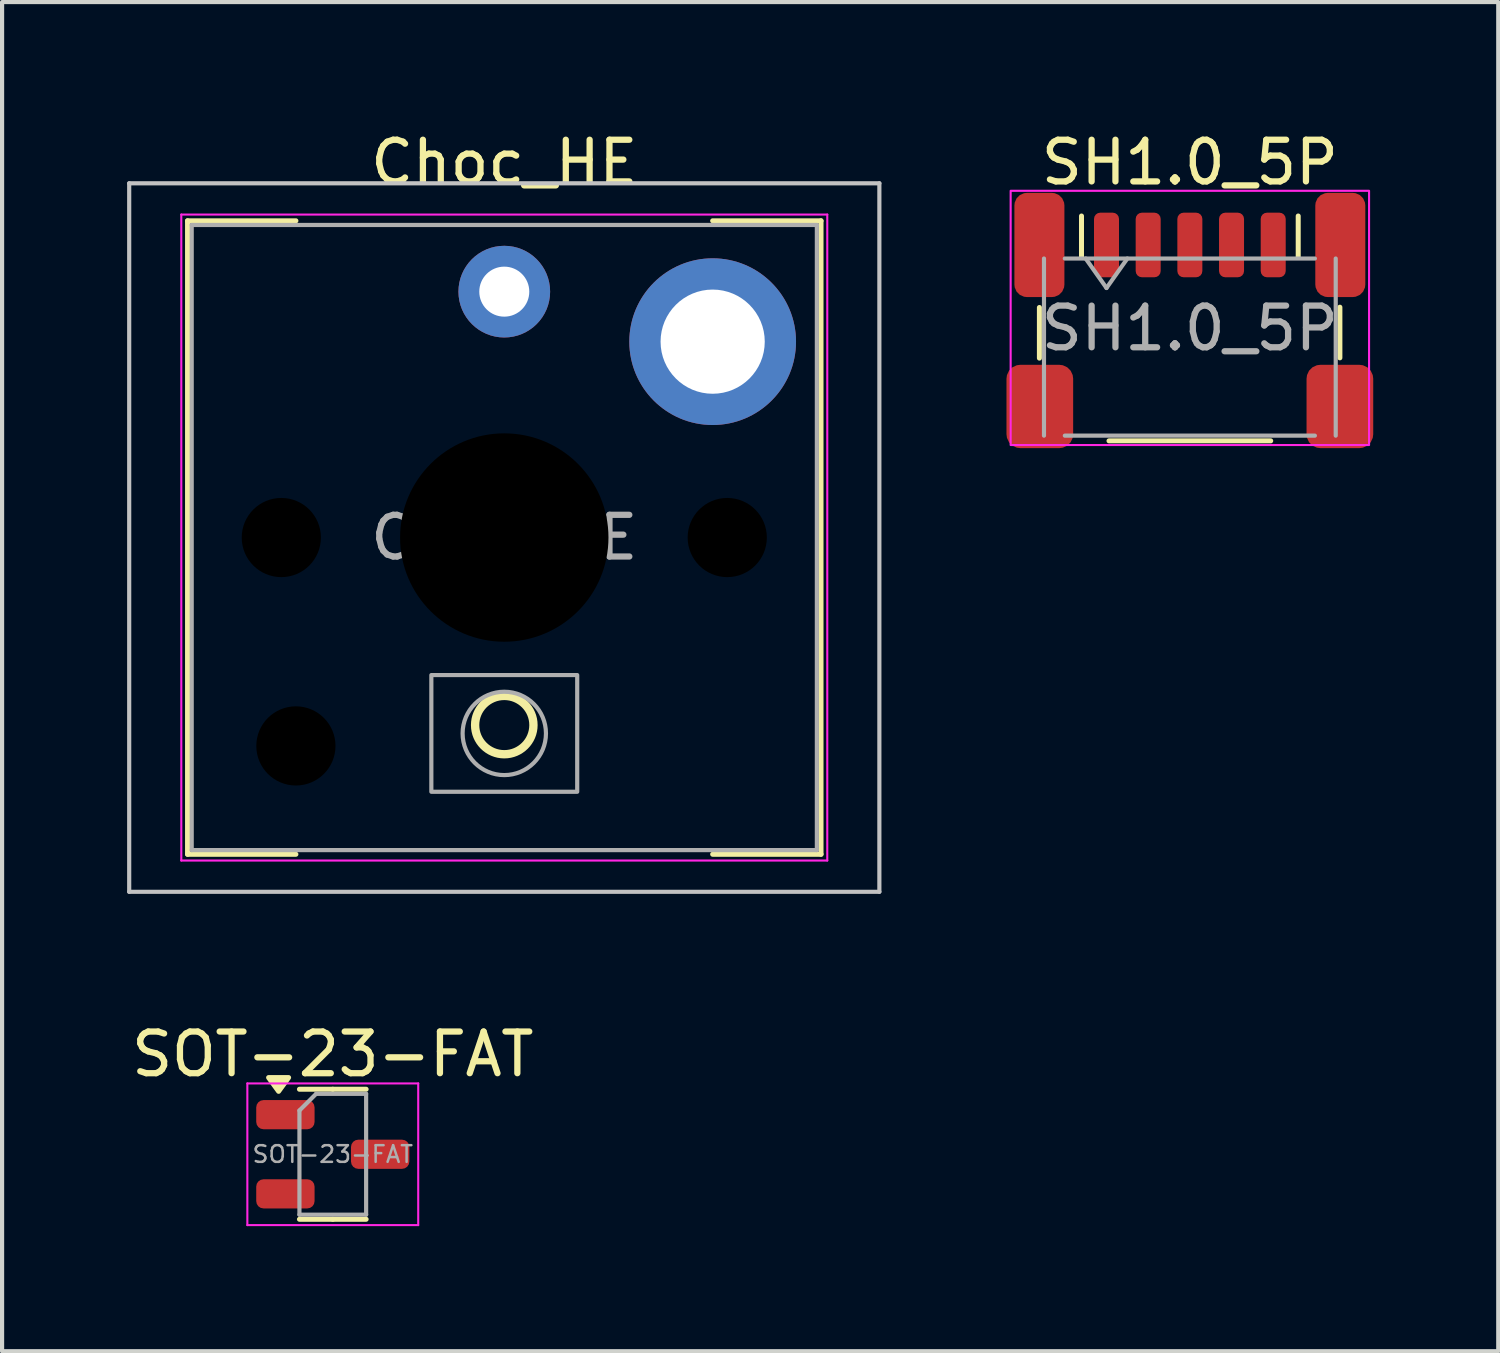
<source format=kicad_pcb>
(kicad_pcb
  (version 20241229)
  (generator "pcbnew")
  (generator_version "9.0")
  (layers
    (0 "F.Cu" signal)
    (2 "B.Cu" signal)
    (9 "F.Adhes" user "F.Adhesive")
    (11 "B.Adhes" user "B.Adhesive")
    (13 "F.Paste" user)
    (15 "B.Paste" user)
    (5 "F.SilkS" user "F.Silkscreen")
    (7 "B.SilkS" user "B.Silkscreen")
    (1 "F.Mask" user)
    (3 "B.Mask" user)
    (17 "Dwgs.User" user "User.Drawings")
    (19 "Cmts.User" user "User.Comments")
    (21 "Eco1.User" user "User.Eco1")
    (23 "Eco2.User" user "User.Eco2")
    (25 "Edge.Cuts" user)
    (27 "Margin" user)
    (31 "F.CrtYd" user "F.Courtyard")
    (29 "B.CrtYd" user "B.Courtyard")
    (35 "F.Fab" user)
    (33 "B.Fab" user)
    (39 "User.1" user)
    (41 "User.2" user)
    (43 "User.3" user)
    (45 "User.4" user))
  (footprint "SOT-23-FAT"
    (layer "F.Cu")
    (at 4.935 24.646)
    (property "Reference" "SOT-23-FAT" (at 0 -2.4 0) (layer "F.SilkS") (effects (font (size 1 1) (thickness 0.15))))
    (attr smd)
    (fp_line (start 0 -1.56) (end -0.8 -1.56) (stroke (width 0.12) (type solid)) (layer "F.SilkS"))
    (fp_line (start 0 -1.56) (end 0.8 -1.56) (stroke (width 0.12) (type solid)) (layer "F.SilkS"))
    (fp_line (start 0 1.56) (end -0.8 1.56) (stroke (width 0.12) (type solid)) (layer "F.SilkS"))
    (fp_line (start 0 1.56) (end 0.8 1.56) (stroke (width 0.12) (type solid)) (layer "F.SilkS"))
    (fp_poly (pts (xy -1.3 -1.51) (xy -1.54 -1.84) (xy -1.06 -1.84) (xy -1.3 -1.51)) (stroke (width 0.12) (type solid)) (fill yes) (layer "F.SilkS"))
    (fp_line (start -2.05 -1.7) (end -2.05 1.7) (stroke (width 0.05) (type solid)) (layer "F.CrtYd"))
    (fp_line (start -2.05 1.7) (end 2.05 1.7) (stroke (width 0.05) (type solid)) (layer "F.CrtYd"))
    (fp_line (start 2.05 -1.7) (end -2.05 -1.7) (stroke (width 0.05) (type solid)) (layer "F.CrtYd"))
    (fp_line (start 2.05 1.7) (end 2.05 -1.7) (stroke (width 0.05) (type solid)) (layer "F.CrtYd"))
    (fp_line (start -0.8 -1.05) (end -0.4 -1.45) (stroke (width 0.1) (type solid)) (layer "F.Fab"))
    (fp_line (start -0.8 1.45) (end -0.8 -1.05) (stroke (width 0.1) (type solid)) (layer "F.Fab"))
    (fp_line (start -0.4 -1.45) (end 0.8 -1.45) (stroke (width 0.1) (type solid)) (layer "F.Fab"))
    (fp_line (start 0.8 -1.45) (end 0.8 1.45) (stroke (width 0.1) (type solid)) (layer "F.Fab"))
    (fp_line (start 0.8 1.45) (end -0.8 1.45) (stroke (width 0.1) (type solid)) (layer "F.Fab"))
    (fp_text user "${REFERENCE}" (at 0 0 0) (layer "F.Fab") (effects (font (size 0.4 0.4) (thickness 0.06))))
    (pad "1" smd roundrect (at -1.137 -0.95) (size 1.4 0.7) (layers "F.Cu" "F.Mask" "F.Paste") (roundrect_rratio 0.25))
    (pad "2" smd roundrect (at -1.137 0.95) (size 1.4 0.7) (layers "F.Cu" "F.Mask" "F.Paste") (roundrect_rratio 0.25))
    (pad "3" smd roundrect (at 1.137 0) (size 1.4 0.7) (layers "F.Cu" "F.Mask" "F.Paste") (roundrect_rratio 0.25)))
  (footprint "Choc_HE"
    (layer "F.Cu")
    (at 9.05 9.848)
    (property "Reference" "Choc_HE" (at 0 -9 0) (layer "F.SilkS") (effects (font (size 1 1) (thickness 0.15))))
    (attr through_hole)
    (fp_line (start -7.6 -7.6) (end -7.6 7.6) (stroke (width 0.12) (type solid)) (layer "F.SilkS"))
    (fp_line (start -7.6 7.6) (end -5 7.6) (stroke (width 0.12) (type solid)) (layer "F.SilkS"))
    (fp_line (start -5 -7.6) (end -7.6 -7.6) (stroke (width 0.12) (type solid)) (layer "F.SilkS"))
    (fp_line (start 7.6 -7.6) (end 5 -7.6) (stroke (width 0.12) (type solid)) (layer "F.SilkS"))
    (fp_line (start 7.6 7.6) (end 5 7.6) (stroke (width 0.12) (type solid)) (layer "F.SilkS"))
    (fp_line (start 7.6 7.6) (end 7.6 -7.6) (stroke (width 0.12) (type solid)) (layer "F.SilkS"))
    (fp_circle (center 0 4.5) (end 0.7 4.5) (stroke (width 0.2) (type default)) (fill no) (layer "F.SilkS"))
    (fp_line (start -9 -8.5) (end -9 8.5) (stroke (width 0.1) (type solid)) (layer "Dwgs.User"))
    (fp_line (start -9 8.5) (end 9 8.5) (stroke (width 0.1) (type solid)) (layer "Dwgs.User"))
    (fp_line (start 9 -8.5) (end -9 -8.5) (stroke (width 0.1) (type solid)) (layer "Dwgs.User"))
    (fp_line (start 9 8.5) (end 9 -8.5) (stroke (width 0.1) (type solid)) (layer "Dwgs.User"))
    (fp_line (start -7.25 -7.25) (end -7.25 7.25) (stroke (width 0.1) (type solid)) (layer "Eco1.User"))
    (fp_line (start -7.25 7.25) (end 7.25 7.25) (stroke (width 0.1) (type solid)) (layer "Eco1.User"))
    (fp_line (start 7.25 -7.25) (end -7.25 -7.25) (stroke (width 0.1) (type solid)) (layer "Eco1.User"))
    (fp_line (start 7.25 7.25) (end 7.25 -7.25) (stroke (width 0.1) (type solid)) (layer "Eco1.User"))
    (fp_line (start -7.75 -7.75) (end -7.75 7.75) (stroke (width 0.05) (type solid)) (layer "F.CrtYd"))
    (fp_line (start -7.75 7.75) (end 7.75 7.75) (stroke (width 0.05) (type solid)) (layer "F.CrtYd"))
    (fp_line (start 7.75 -7.75) (end -7.75 -7.75) (stroke (width 0.05) (type solid)) (layer "F.CrtYd"))
    (fp_line (start 7.75 7.75) (end 7.75 -7.75) (stroke (width 0.05) (type solid)) (layer "F.CrtYd"))
    (fp_line (start -7.5 -7.5) (end -7.5 7.5) (stroke (width 0.1) (type solid)) (layer "F.Fab"))
    (fp_line (start -7.5 7.5) (end 7.5 7.5) (stroke (width 0.1) (type solid)) (layer "F.Fab"))
    (fp_line (start 7.5 -7.5) (end -7.5 -7.5) (stroke (width 0.1) (type solid)) (layer "F.Fab"))
    (fp_line (start 7.5 7.5) (end 7.5 -7.5) (stroke (width 0.1) (type solid)) (layer "F.Fab"))
    (fp_rect (start -1.75 3.3) (end 1.75 6.1) (stroke (width 0.1) (type solid)) (fill no) (layer "F.Fab"))
    (fp_circle (center 0 4.7) (end 1 4.7) (stroke (width 0.1) (type solid)) (fill no) (layer "F.Fab"))
    (fp_text user "${REFERENCE}" (at 0 0 0) (layer "F.Fab") (effects (font (size 1 1) (thickness 0.15))))
    (pad "" np_thru_hole circle (at -5.35 0) (size 1.9 1.9) (drill oval 2.2 1.9) (layers "*.Mask"))
    (pad "" np_thru_hole circle (at -5 5) (size 1.9 1.9) (drill 1.9) (layers "*.Mask"))
    (pad "" smd circle (at 0 -5.9) (size 1.25 1.25) (layers "F.Mask"))
    (pad "" np_thru_hole circle (at 0 0) (size 5 5) (drill 5) (layers "*.Mask"))
    (pad "" np_thru_hole circle (at 5.35 0) (size 1.9 1.9) (drill oval 2.2 1.9) (layers "*.Mask"))
    (pad "1" thru_hole circle (at 0 -5.9) (size 2.2 2.2) (drill 1.2) (layers "*.Cu" "B.Mask"))
    (pad "2" thru_hole circle (at 5 -4.7) (size 4 4) (drill 2.5) (layers "*.Cu" "B.Mask")))
  (footprint "SH1.0_5P"
    (layer "F.Cu")
    (at 25.5 4.828)
    (property "Reference" "SH1.0_5P" (at 0 -3.98 0) (layer "F.SilkS") (effects (font (size 1 1) (thickness 0.15))))
    (attr smd)
    (fp_line (start -3.61 0.715) (end -3.61 -0.5) (stroke (width 0.12) (type solid)) (layer "F.SilkS"))
    (fp_line (start -2.6 -1.705) (end -2.6 -2.695) (stroke (width 0.12) (type solid)) (layer "F.SilkS"))
    (fp_line (start -1.94 2.7) (end 1.94 2.7) (stroke (width 0.12) (type solid)) (layer "F.SilkS"))
    (fp_line (start 2.6 -1.705) (end 2.6 -2.695) (stroke (width 0.12) (type solid)) (layer "F.SilkS"))
    (fp_line (start 3.6 0.708) (end 3.6 -0.507) (stroke (width 0.12) (type solid)) (layer "F.SilkS"))
    (fp_rect (start -4.3 -3.3) (end 4.3 2.8) (stroke (width 0.05) (type default)) (fill no) (layer "F.CrtYd"))
    (fp_line (start -3.5 -1.675) (end -3.5 2.575) (stroke (width 0.1) (type solid)) (layer "F.Fab"))
    (fp_line (start -3 -1.675) (end 3 -1.675) (stroke (width 0.1) (type solid)) (layer "F.Fab"))
    (fp_line (start -3 2.575) (end 3 2.575) (stroke (width 0.1) (type solid)) (layer "F.Fab"))
    (fp_line (start -2.5 -1.675) (end -2 -0.968) (stroke (width 0.1) (type solid)) (layer "F.Fab"))
    (fp_line (start -2 -0.968) (end -1.5 -1.675) (stroke (width 0.1) (type solid)) (layer "F.Fab"))
    (fp_line (start 3.5 -1.675) (end 3.5 2.575) (stroke (width 0.1) (type solid)) (layer "F.Fab"))
    (fp_text user "${REFERENCE}" (at 0 0 0) (layer "F.Fab") (effects (font (size 1 1) (thickness 0.15))))
    (pad "1" smd roundrect (at -2 -2) (size 0.6 1.55) (layers "F.Cu" "F.Mask" "F.Paste") (roundrect_rratio 0.25))
    (pad "2" smd roundrect (at -1 -2) (size 0.6 1.55) (layers "F.Cu" "F.Mask" "F.Paste") (roundrect_rratio 0.25))
    (pad "3" smd roundrect (at 0 -2) (size 0.6 1.55) (layers "F.Cu" "F.Mask" "F.Paste") (roundrect_rratio 0.25))
    (pad "4" smd roundrect (at 1 -2) (size 0.6 1.55) (layers "F.Cu" "F.Mask" "F.Paste") (roundrect_rratio 0.25))
    (pad "5" smd roundrect (at 2 -2) (size 0.6 1.55) (layers "F.Cu" "F.Mask" "F.Paste") (roundrect_rratio 0.25))
    (pad "MP" smd roundrect (at -3.61 -2) (size 1.2 2.5) (layers "F.Cu" "F.Mask" "F.Paste") (roundrect_rratio 0.25))
    (pad "MP" smd roundrect (at -3.6 1.875) (size 1.6 2) (layers "F.Cu" "F.Mask" "F.Paste") (roundrect_rratio 0.208))
    (pad "MP" smd roundrect (at 3.6 1.875) (size 1.6 2) (layers "F.Cu" "F.Mask" "F.Paste") (roundrect_rratio 0.208))
    (pad "MP" smd roundrect (at 3.61 -2) (size 1.2 2.5) (layers "F.Cu" "F.Mask" "F.Paste") (roundrect_rratio 0.25)))
  (gr_rect
    (start -3 -3)
    (end 32.9 29.372)
    (stroke (width 0.1) (type default))
    (fill no)
    (layer "Edge.Cuts")))
</source>
